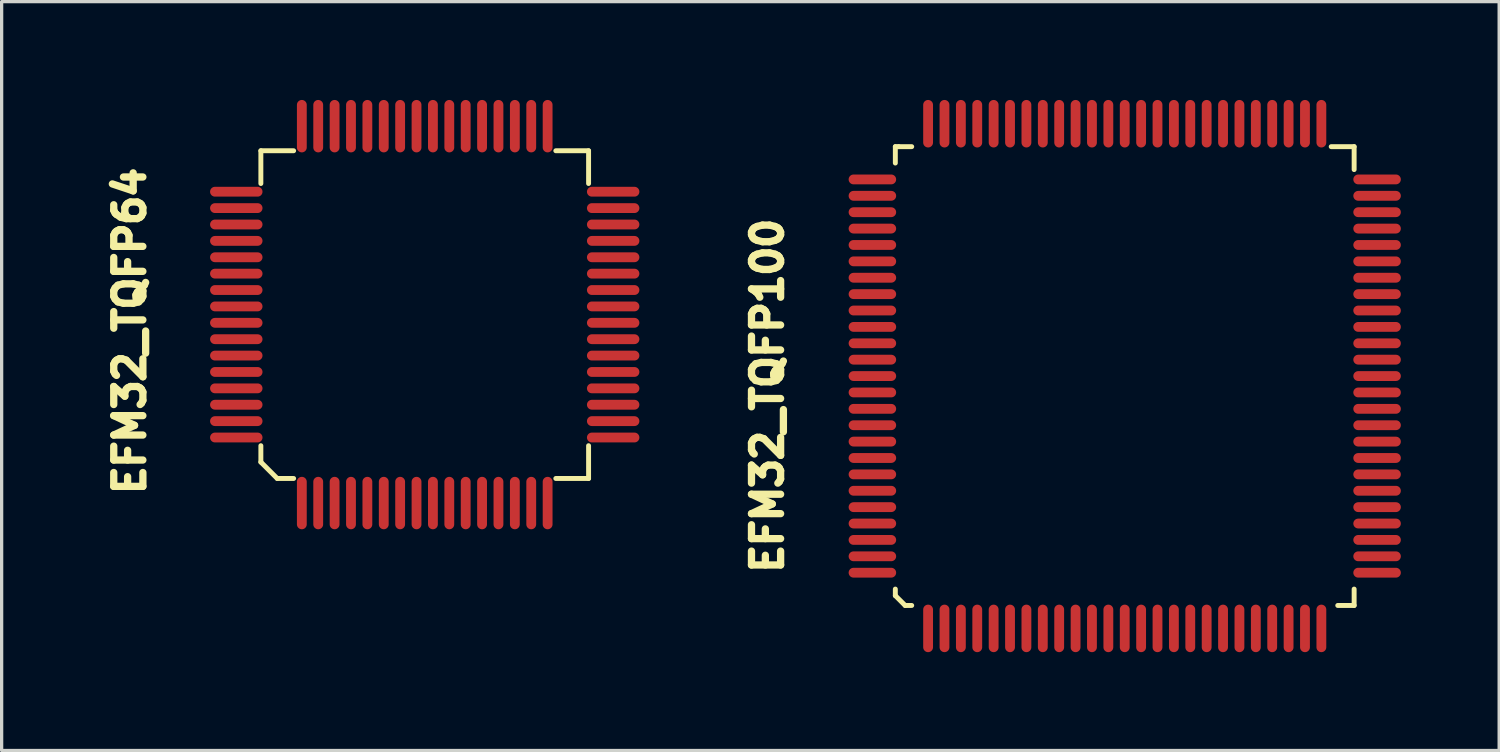
<source format=kicad_pcb>
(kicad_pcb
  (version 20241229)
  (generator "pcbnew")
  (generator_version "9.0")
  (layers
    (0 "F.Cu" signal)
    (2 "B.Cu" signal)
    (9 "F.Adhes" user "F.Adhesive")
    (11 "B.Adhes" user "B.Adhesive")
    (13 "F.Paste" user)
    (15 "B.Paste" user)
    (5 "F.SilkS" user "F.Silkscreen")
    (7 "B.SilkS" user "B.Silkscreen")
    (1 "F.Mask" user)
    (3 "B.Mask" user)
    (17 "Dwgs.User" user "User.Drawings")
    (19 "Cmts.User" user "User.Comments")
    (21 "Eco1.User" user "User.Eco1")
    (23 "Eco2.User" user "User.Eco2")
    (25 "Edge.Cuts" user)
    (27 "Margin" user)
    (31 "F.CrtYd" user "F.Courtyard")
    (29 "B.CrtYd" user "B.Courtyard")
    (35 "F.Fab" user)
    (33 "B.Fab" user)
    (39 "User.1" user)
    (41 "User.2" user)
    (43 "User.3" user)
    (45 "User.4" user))
  (footprint "EFM32_TQFP64"
    (layer "F.Cu")
    (at 9.91 6.55)
    (property "Reference" "EFM32_TQFP64" (at -9 0.5 270) (layer "F.SilkS") (effects (font (size 0.889 0.889) (thickness 0.305))))
    (attr through_hole)
    (fp_line (start -5 -5) (end -5 -4) (stroke (width 0.15) (type solid)) (layer "F.SilkS"))
    (fp_line (start -5 4) (end -5 4.5) (stroke (width 0.15) (type solid)) (layer "F.SilkS"))
    (fp_line (start -5 4.5) (end -4.5 5) (stroke (width 0.15) (type solid)) (layer "F.SilkS"))
    (fp_line (start -4.5 5) (end -4 5) (stroke (width 0.15) (type solid)) (layer "F.SilkS"))
    (fp_line (start -4 -5) (end -5 -5) (stroke (width 0.15) (type solid)) (layer "F.SilkS"))
    (fp_line (start 5 -5) (end 4 -5) (stroke (width 0.15) (type solid)) (layer "F.SilkS"))
    (fp_line (start 5 -4) (end 5 -5) (stroke (width 0.15) (type solid)) (layer "F.SilkS"))
    (fp_line (start 5 4) (end 5 5) (stroke (width 0.15) (type solid)) (layer "F.SilkS"))
    (fp_line (start 5 5) (end 4 5) (stroke (width 0.15) (type solid)) (layer "F.SilkS"))
    (pad "1" smd oval (at -3.75 5.75) (size 0.3 1.6) (layers "F.Cu" "F.Mask" "F.Paste"))
    (pad "2" smd oval (at -3.25 5.75) (size 0.3 1.6) (layers "F.Cu" "F.Mask" "F.Paste"))
    (pad "3" smd oval (at -2.75 5.75) (size 0.3 1.6) (layers "F.Cu" "F.Mask" "F.Paste"))
    (pad "4" smd oval (at -2.25 5.75) (size 0.3 1.6) (layers "F.Cu" "F.Mask" "F.Paste"))
    (pad "5" smd oval (at -1.75 5.75) (size 0.3 1.6) (layers "F.Cu" "F.Mask" "F.Paste"))
    (pad "6" smd oval (at -1.25 5.75) (size 0.3 1.6) (layers "F.Cu" "F.Mask" "F.Paste"))
    (pad "7" smd oval (at -0.75 5.75) (size 0.3 1.6) (layers "F.Cu" "F.Mask" "F.Paste"))
    (pad "8" smd oval (at -0.25 5.75) (size 0.3 1.6) (layers "F.Cu" "F.Mask" "F.Paste"))
    (pad "9" smd oval (at 0.25 5.75) (size 0.3 1.6) (layers "F.Cu" "F.Mask" "F.Paste"))
    (pad "10" smd oval (at 0.75 5.75) (size 0.3 1.6) (layers "F.Cu" "F.Mask" "F.Paste"))
    (pad "11" smd oval (at 1.25 5.75) (size 0.3 1.6) (layers "F.Cu" "F.Mask" "F.Paste"))
    (pad "12" smd oval (at 1.75 5.75) (size 0.3 1.6) (layers "F.Cu" "F.Mask" "F.Paste"))
    (pad "13" smd oval (at 2.25 5.75) (size 0.3 1.6) (layers "F.Cu" "F.Mask" "F.Paste"))
    (pad "14" smd oval (at 2.75 5.75) (size 0.3 1.6) (layers "F.Cu" "F.Mask" "F.Paste"))
    (pad "15" smd oval (at 3.25 5.75) (size 0.3 1.6) (layers "F.Cu" "F.Mask" "F.Paste"))
    (pad "16" smd oval (at 3.75 5.75) (size 0.3 1.6) (layers "F.Cu" "F.Mask" "F.Paste"))
    (pad "17" smd oval (at 5.75 3.75 270) (size 0.3 1.6) (layers "F.Cu" "F.Mask" "F.Paste"))
    (pad "18" smd oval (at 5.75 3.25 270) (size 0.3 1.6) (layers "F.Cu" "F.Mask" "F.Paste"))
    (pad "19" smd oval (at 5.75 2.75 270) (size 0.3 1.6) (layers "F.Cu" "F.Mask" "F.Paste"))
    (pad "20" smd oval (at 5.75 2.25 270) (size 0.3 1.6) (layers "F.Cu" "F.Mask" "F.Paste"))
    (pad "21" smd oval (at 5.75 1.75 270) (size 0.3 1.6) (layers "F.Cu" "F.Mask" "F.Paste"))
    (pad "22" smd oval (at 5.75 1.25 270) (size 0.3 1.6) (layers "F.Cu" "F.Mask" "F.Paste"))
    (pad "23" smd oval (at 5.75 0.75 270) (size 0.3 1.6) (layers "F.Cu" "F.Mask" "F.Paste"))
    (pad "24" smd oval (at 5.75 0.25 270) (size 0.3 1.6) (layers "F.Cu" "F.Mask" "F.Paste"))
    (pad "25" smd oval (at 5.75 -0.25 270) (size 0.3 1.6) (layers "F.Cu" "F.Mask" "F.Paste"))
    (pad "26" smd oval (at 5.75 -0.75 270) (size 0.3 1.6) (layers "F.Cu" "F.Mask" "F.Paste"))
    (pad "27" smd oval (at 5.75 -1.25 270) (size 0.3 1.6) (layers "F.Cu" "F.Mask" "F.Paste"))
    (pad "28" smd oval (at 5.75 -1.75 270) (size 0.3 1.6) (layers "F.Cu" "F.Mask" "F.Paste"))
    (pad "29" smd oval (at 5.75 -2.25 270) (size 0.3 1.6) (layers "F.Cu" "F.Mask" "F.Paste"))
    (pad "30" smd oval (at 5.75 -2.75 270) (size 0.3 1.6) (layers "F.Cu" "F.Mask" "F.Paste"))
    (pad "31" smd oval (at 5.75 -3.25 270) (size 0.3 1.6) (layers "F.Cu" "F.Mask" "F.Paste"))
    (pad "32" smd oval (at 5.75 -3.75 270) (size 0.3 1.6) (layers "F.Cu" "F.Mask" "F.Paste"))
    (pad "33" smd oval (at 3.75 -5.75 180) (size 0.3 1.6) (layers "F.Cu" "F.Mask" "F.Paste"))
    (pad "34" smd oval (at 3.25 -5.75 180) (size 0.3 1.6) (layers "F.Cu" "F.Mask" "F.Paste"))
    (pad "35" smd oval (at 2.75 -5.75 180) (size 0.3 1.6) (layers "F.Cu" "F.Mask" "F.Paste"))
    (pad "36" smd oval (at 2.25 -5.75 180) (size 0.3 1.6) (layers "F.Cu" "F.Mask" "F.Paste"))
    (pad "37" smd oval (at 1.75 -5.75 180) (size 0.3 1.6) (layers "F.Cu" "F.Mask" "F.Paste"))
    (pad "38" smd oval (at 1.25 -5.75 180) (size 0.3 1.6) (layers "F.Cu" "F.Mask" "F.Paste"))
    (pad "39" smd oval (at 0.75 -5.75 180) (size 0.3 1.6) (layers "F.Cu" "F.Mask" "F.Paste"))
    (pad "40" smd oval (at 0.25 -5.75 180) (size 0.3 1.6) (layers "F.Cu" "F.Mask" "F.Paste"))
    (pad "41" smd oval (at -0.25 -5.75 180) (size 0.3 1.6) (layers "F.Cu" "F.Mask" "F.Paste"))
    (pad "42" smd oval (at -0.75 -5.75 180) (size 0.3 1.6) (layers "F.Cu" "F.Mask" "F.Paste"))
    (pad "43" smd oval (at -1.25 -5.75 180) (size 0.3 1.6) (layers "F.Cu" "F.Mask" "F.Paste"))
    (pad "44" smd oval (at -1.75 -5.75 180) (size 0.3 1.6) (layers "F.Cu" "F.Mask" "F.Paste"))
    (pad "45" smd oval (at -2.25 -5.75 180) (size 0.3 1.6) (layers "F.Cu" "F.Mask" "F.Paste"))
    (pad "46" smd oval (at -2.75 -5.75 180) (size 0.3 1.6) (layers "F.Cu" "F.Mask" "F.Paste"))
    (pad "47" smd oval (at -3.25 -5.75 180) (size 0.3 1.6) (layers "F.Cu" "F.Mask" "F.Paste"))
    (pad "48" smd oval (at -3.75 -5.75 180) (size 0.3 1.6) (layers "F.Cu" "F.Mask" "F.Paste"))
    (pad "49" smd oval (at -5.75 -3.75 90) (size 0.3 1.6) (layers "F.Cu" "F.Mask" "F.Paste"))
    (pad "50" smd oval (at -5.75 -3.25 90) (size 0.3 1.6) (layers "F.Cu" "F.Mask" "F.Paste"))
    (pad "51" smd oval (at -5.75 -2.75 90) (size 0.3 1.6) (layers "F.Cu" "F.Mask" "F.Paste"))
    (pad "52" smd oval (at -5.75 -2.25 90) (size 0.3 1.6) (layers "F.Cu" "F.Mask" "F.Paste"))
    (pad "53" smd oval (at -5.75 -1.75 90) (size 0.3 1.6) (layers "F.Cu" "F.Mask" "F.Paste"))
    (pad "54" smd oval (at -5.75 -1.25 90) (size 0.3 1.6) (layers "F.Cu" "F.Mask" "F.Paste"))
    (pad "55" smd oval (at -5.75 -0.75 90) (size 0.3 1.6) (layers "F.Cu" "F.Mask" "F.Paste"))
    (pad "56" smd oval (at -5.75 -0.25 90) (size 0.3 1.6) (layers "F.Cu" "F.Mask" "F.Paste"))
    (pad "57" smd oval (at -5.75 0.25 90) (size 0.3 1.6) (layers "F.Cu" "F.Mask" "F.Paste"))
    (pad "58" smd oval (at -5.75 0.75 90) (size 0.3 1.6) (layers "F.Cu" "F.Mask" "F.Paste"))
    (pad "59" smd oval (at -5.75 1.25 90) (size 0.3 1.6) (layers "F.Cu" "F.Mask" "F.Paste"))
    (pad "60" smd oval (at -5.75 1.75 90) (size 0.3 1.6) (layers "F.Cu" "F.Mask" "F.Paste"))
    (pad "61" smd oval (at -5.75 2.25 90) (size 0.3 1.6) (layers "F.Cu" "F.Mask" "F.Paste"))
    (pad "62" smd oval (at -5.75 2.75 90) (size 0.3 1.6) (layers "F.Cu" "F.Mask" "F.Paste"))
    (pad "63" smd oval (at -5.75 3.25 90) (size 0.3 1.6) (layers "F.Cu" "F.Mask" "F.Paste"))
    (pad "64" smd oval (at -5.75 3.75 90) (size 0.3 1.6) (layers "F.Cu" "F.Mask" "F.Paste")))
  (footprint "EFM32_TQFP100"
    (layer "F.Cu")
    (at 31.27 8.425)
    (property "Reference" "EFM32_TQFP100" (at -10.9 0.6 270) (layer "F.SilkS") (effects (font (size 0.889 0.889) (thickness 0.305))))
    (attr through_hole)
    (fp_line (start -7 -7) (end -7 -6.5) (stroke (width 0.15) (type solid)) (layer "F.SilkS"))
    (fp_line (start -7 6.7) (end -7 6.5) (stroke (width 0.15) (type solid)) (layer "F.SilkS"))
    (fp_line (start -6.9 -7) (end -7 -7) (stroke (width 0.15) (type solid)) (layer "F.SilkS"))
    (fp_line (start -6.7 7) (end -7 6.7) (stroke (width 0.15) (type solid)) (layer "F.SilkS"))
    (fp_line (start -6.5 -7) (end -6.9 -7) (stroke (width 0.15) (type solid)) (layer "F.SilkS"))
    (fp_line (start -6.5 7) (end -6.7 7) (stroke (width 0.15) (type solid)) (layer "F.SilkS"))
    (fp_line (start 7 -7) (end 6.3 -7) (stroke (width 0.15) (type solid)) (layer "F.SilkS"))
    (fp_line (start 7 -6.3) (end 7 -7) (stroke (width 0.15) (type solid)) (layer "F.SilkS"))
    (fp_line (start 7 6.5) (end 7 7) (stroke (width 0.15) (type solid)) (layer "F.SilkS"))
    (fp_line (start 7 7) (end 6.5 7) (stroke (width 0.15) (type solid)) (layer "F.SilkS"))
    (pad "1" smd oval (at -6 7.7) (size 0.3 1.45) (layers "F.Cu" "F.Mask" "F.Paste"))
    (pad "2" smd oval (at -5.5 7.7) (size 0.3 1.45) (layers "F.Cu" "F.Mask" "F.Paste"))
    (pad "3" smd oval (at -5 7.7) (size 0.3 1.45) (layers "F.Cu" "F.Mask" "F.Paste"))
    (pad "4" smd oval (at -4.5 7.7) (size 0.3 1.45) (layers "F.Cu" "F.Mask" "F.Paste"))
    (pad "5" smd oval (at -4 7.7) (size 0.3 1.45) (layers "F.Cu" "F.Mask" "F.Paste"))
    (pad "6" smd oval (at -3.5 7.7) (size 0.3 1.45) (layers "F.Cu" "F.Mask" "F.Paste"))
    (pad "7" smd oval (at -3 7.7) (size 0.3 1.45) (layers "F.Cu" "F.Mask" "F.Paste"))
    (pad "8" smd oval (at -2.5 7.7) (size 0.3 1.45) (layers "F.Cu" "F.Mask" "F.Paste"))
    (pad "9" smd oval (at -2 7.7) (size 0.3 1.45) (layers "F.Cu" "F.Mask" "F.Paste"))
    (pad "10" smd oval (at -1.5 7.7) (size 0.3 1.45) (layers "F.Cu" "F.Mask" "F.Paste"))
    (pad "11" smd oval (at -1 7.7) (size 0.3 1.45) (layers "F.Cu" "F.Mask" "F.Paste"))
    (pad "12" smd oval (at -0.5 7.7) (size 0.3 1.45) (layers "F.Cu" "F.Mask" "F.Paste"))
    (pad "13" smd oval (at 0 7.7) (size 0.3 1.45) (layers "F.Cu" "F.Mask" "F.Paste"))
    (pad "14" smd oval (at 0.5 7.7) (size 0.3 1.45) (layers "F.Cu" "F.Mask" "F.Paste"))
    (pad "15" smd oval (at 1 7.7) (size 0.3 1.45) (layers "F.Cu" "F.Mask" "F.Paste"))
    (pad "16" smd oval (at 1.5 7.7) (size 0.3 1.45) (layers "F.Cu" "F.Mask" "F.Paste"))
    (pad "17" smd oval (at 2 7.7) (size 0.3 1.45) (layers "F.Cu" "F.Mask" "F.Paste"))
    (pad "18" smd oval (at 2.5 7.7) (size 0.3 1.45) (layers "F.Cu" "F.Mask" "F.Paste"))
    (pad "19" smd oval (at 3 7.7) (size 0.3 1.45) (layers "F.Cu" "F.Mask" "F.Paste"))
    (pad "20" smd oval (at 3.5 7.7) (size 0.3 1.45) (layers "F.Cu" "F.Mask" "F.Paste"))
    (pad "21" smd oval (at 4 7.7) (size 0.3 1.45) (layers "F.Cu" "F.Mask" "F.Paste"))
    (pad "22" smd oval (at 4.5 7.7) (size 0.3 1.45) (layers "F.Cu" "F.Mask" "F.Paste"))
    (pad "23" smd oval (at 5 7.7) (size 0.3 1.45) (layers "F.Cu" "F.Mask" "F.Paste"))
    (pad "24" smd oval (at 5.5 7.7) (size 0.3 1.45) (layers "F.Cu" "F.Mask" "F.Paste"))
    (pad "25" smd oval (at 6 7.7) (size 0.3 1.45) (layers "F.Cu" "F.Mask" "F.Paste"))
    (pad "26" smd oval (at 7.7 6 270) (size 0.3 1.45) (layers "F.Cu" "F.Mask" "F.Paste"))
    (pad "27" smd oval (at 7.7 5.5 270) (size 0.3 1.45) (layers "F.Cu" "F.Mask" "F.Paste"))
    (pad "28" smd oval (at 7.7 5 270) (size 0.3 1.45) (layers "F.Cu" "F.Mask" "F.Paste"))
    (pad "29" smd oval (at 7.7 4.5 270) (size 0.3 1.45) (layers "F.Cu" "F.Mask" "F.Paste"))
    (pad "30" smd oval (at 7.7 4 270) (size 0.3 1.45) (layers "F.Cu" "F.Mask" "F.Paste"))
    (pad "31" smd oval (at 7.7 3.5 270) (size 0.3 1.45) (layers "F.Cu" "F.Mask" "F.Paste"))
    (pad "32" smd oval (at 7.7 3 270) (size 0.3 1.45) (layers "F.Cu" "F.Mask" "F.Paste"))
    (pad "33" smd oval (at 7.7 2.5 270) (size 0.3 1.45) (layers "F.Cu" "F.Mask" "F.Paste"))
    (pad "34" smd oval (at 7.7 2 270) (size 0.3 1.45) (layers "F.Cu" "F.Mask" "F.Paste"))
    (pad "35" smd oval (at 7.7 1.5 270) (size 0.3 1.45) (layers "F.Cu" "F.Mask" "F.Paste"))
    (pad "36" smd oval (at 7.7 1 270) (size 0.3 1.45) (layers "F.Cu" "F.Mask" "F.Paste"))
    (pad "37" smd oval (at 7.7 0.5 270) (size 0.3 1.45) (layers "F.Cu" "F.Mask" "F.Paste"))
    (pad "38" smd oval (at 7.7 0 270) (size 0.3 1.45) (layers "F.Cu" "F.Mask" "F.Paste"))
    (pad "39" smd oval (at 7.7 -0.5 270) (size 0.3 1.45) (layers "F.Cu" "F.Mask" "F.Paste"))
    (pad "40" smd oval (at 7.7 -1 270) (size 0.3 1.45) (layers "F.Cu" "F.Mask" "F.Paste"))
    (pad "41" smd oval (at 7.7 -1.5 270) (size 0.3 1.45) (layers "F.Cu" "F.Mask" "F.Paste"))
    (pad "42" smd oval (at 7.7 -2 270) (size 0.3 1.45) (layers "F.Cu" "F.Mask" "F.Paste"))
    (pad "43" smd oval (at 7.7 -2.5 270) (size 0.3 1.45) (layers "F.Cu" "F.Mask" "F.Paste"))
    (pad "44" smd oval (at 7.7 -3 270) (size 0.3 1.45) (layers "F.Cu" "F.Mask" "F.Paste"))
    (pad "45" smd oval (at 7.7 -3.5 270) (size 0.3 1.45) (layers "F.Cu" "F.Mask" "F.Paste"))
    (pad "46" smd oval (at 7.7 -4 270) (size 0.3 1.45) (layers "F.Cu" "F.Mask" "F.Paste"))
    (pad "47" smd oval (at 7.7 -4.5 270) (size 0.3 1.45) (layers "F.Cu" "F.Mask" "F.Paste"))
    (pad "48" smd oval (at 7.7 -5 270) (size 0.3 1.45) (layers "F.Cu" "F.Mask" "F.Paste"))
    (pad "49" smd oval (at 7.7 -5.5 270) (size 0.3 1.45) (layers "F.Cu" "F.Mask" "F.Paste"))
    (pad "50" smd oval (at 7.7 -6 270) (size 0.3 1.45) (layers "F.Cu" "F.Mask" "F.Paste"))
    (pad "51" smd oval (at 6 -7.7 180) (size 0.3 1.45) (layers "F.Cu" "F.Mask" "F.Paste"))
    (pad "52" smd oval (at 5.5 -7.7 180) (size 0.3 1.45) (layers "F.Cu" "F.Mask" "F.Paste"))
    (pad "53" smd oval (at 5 -7.7 180) (size 0.3 1.45) (layers "F.Cu" "F.Mask" "F.Paste"))
    (pad "54" smd oval (at 4.5 -7.7 180) (size 0.3 1.45) (layers "F.Cu" "F.Mask" "F.Paste"))
    (pad "55" smd oval (at 4 -7.7 180) (size 0.3 1.45) (layers "F.Cu" "F.Mask" "F.Paste"))
    (pad "56" smd oval (at 3.5 -7.7 180) (size 0.3 1.45) (layers "F.Cu" "F.Mask" "F.Paste"))
    (pad "57" smd oval (at 3 -7.7 180) (size 0.3 1.45) (layers "F.Cu" "F.Mask" "F.Paste"))
    (pad "58" smd oval (at 2.5 -7.7 180) (size 0.3 1.45) (layers "F.Cu" "F.Mask" "F.Paste"))
    (pad "59" smd oval (at 2 -7.7 180) (size 0.3 1.45) (layers "F.Cu" "F.Mask" "F.Paste"))
    (pad "60" smd oval (at 1.5 -7.7 180) (size 0.3 1.45) (layers "F.Cu" "F.Mask" "F.Paste"))
    (pad "61" smd oval (at 1 -7.7 180) (size 0.3 1.45) (layers "F.Cu" "F.Mask" "F.Paste"))
    (pad "62" smd oval (at 0.5 -7.7 180) (size 0.3 1.45) (layers "F.Cu" "F.Mask" "F.Paste"))
    (pad "63" smd oval (at 0 -7.7 180) (size 0.3 1.45) (layers "F.Cu" "F.Mask" "F.Paste"))
    (pad "64" smd oval (at -0.5 -7.7 180) (size 0.3 1.45) (layers "F.Cu" "F.Mask" "F.Paste"))
    (pad "65" smd oval (at -1 -7.7 180) (size 0.3 1.45) (layers "F.Cu" "F.Mask" "F.Paste"))
    (pad "66" smd oval (at -1.5 -7.7 180) (size 0.3 1.45) (layers "F.Cu" "F.Mask" "F.Paste"))
    (pad "67" smd oval (at -2 -7.7 180) (size 0.3 1.45) (layers "F.Cu" "F.Mask" "F.Paste"))
    (pad "68" smd oval (at -2.5 -7.7 180) (size 0.3 1.45) (layers "F.Cu" "F.Mask" "F.Paste"))
    (pad "69" smd oval (at -3 -7.7 180) (size 0.3 1.45) (layers "F.Cu" "F.Mask" "F.Paste"))
    (pad "70" smd oval (at -3.5 -7.7 180) (size 0.3 1.45) (layers "F.Cu" "F.Mask" "F.Paste"))
    (pad "71" smd oval (at -4 -7.7 180) (size 0.3 1.45) (layers "F.Cu" "F.Mask" "F.Paste"))
    (pad "72" smd oval (at -4.5 -7.7 180) (size 0.3 1.45) (layers "F.Cu" "F.Mask" "F.Paste"))
    (pad "73" smd oval (at -5 -7.7 180) (size 0.3 1.45) (layers "F.Cu" "F.Mask" "F.Paste"))
    (pad "74" smd oval (at -5.5 -7.7 180) (size 0.3 1.45) (layers "F.Cu" "F.Mask" "F.Paste"))
    (pad "75" smd oval (at -6 -7.7 180) (size 0.3 1.45) (layers "F.Cu" "F.Mask" "F.Paste"))
    (pad "76" smd oval (at -7.7 -6 90) (size 0.3 1.45) (layers "F.Cu" "F.Mask" "F.Paste"))
    (pad "77" smd oval (at -7.7 -5.5 90) (size 0.3 1.45) (layers "F.Cu" "F.Mask" "F.Paste"))
    (pad "78" smd oval (at -7.7 -5 90) (size 0.3 1.45) (layers "F.Cu" "F.Mask" "F.Paste"))
    (pad "79" smd oval (at -7.7 -4.5 90) (size 0.3 1.45) (layers "F.Cu" "F.Mask" "F.Paste"))
    (pad "80" smd oval (at -7.7 -4 90) (size 0.3 1.45) (layers "F.Cu" "F.Mask" "F.Paste"))
    (pad "81" smd oval (at -7.7 -3.5 90) (size 0.3 1.45) (layers "F.Cu" "F.Mask" "F.Paste"))
    (pad "82" smd oval (at -7.7 -3 90) (size 0.3 1.45) (layers "F.Cu" "F.Mask" "F.Paste"))
    (pad "83" smd oval (at -7.7 -2.5 90) (size 0.3 1.45) (layers "F.Cu" "F.Mask" "F.Paste"))
    (pad "84" smd oval (at -7.7 -2 90) (size 0.3 1.45) (layers "F.Cu" "F.Mask" "F.Paste"))
    (pad "85" smd oval (at -7.7 -1.5 90) (size 0.3 1.45) (layers "F.Cu" "F.Mask" "F.Paste"))
    (pad "86" smd oval (at -7.7 -1 90) (size 0.3 1.45) (layers "F.Cu" "F.Mask" "F.Paste"))
    (pad "87" smd oval (at -7.7 -0.5 90) (size 0.3 1.45) (layers "F.Cu" "F.Mask" "F.Paste"))
    (pad "88" smd oval (at -7.7 0 90) (size 0.3 1.45) (layers "F.Cu" "F.Mask" "F.Paste"))
    (pad "89" smd oval (at -7.7 0.5 90) (size 0.3 1.45) (layers "F.Cu" "F.Mask" "F.Paste"))
    (pad "90" smd oval (at -7.7 1 90) (size 0.3 1.45) (layers "F.Cu" "F.Mask" "F.Paste"))
    (pad "91" smd oval (at -7.7 1.5 90) (size 0.3 1.45) (layers "F.Cu" "F.Mask" "F.Paste"))
    (pad "92" smd oval (at -7.7 2 90) (size 0.3 1.45) (layers "F.Cu" "F.Mask" "F.Paste"))
    (pad "93" smd oval (at -7.7 2.5 90) (size 0.3 1.45) (layers "F.Cu" "F.Mask" "F.Paste"))
    (pad "94" smd oval (at -7.7 3 90) (size 0.3 1.45) (layers "F.Cu" "F.Mask" "F.Paste"))
    (pad "95" smd oval (at -7.7 3.5 90) (size 0.3 1.45) (layers "F.Cu" "F.Mask" "F.Paste"))
    (pad "96" smd oval (at -7.7 4 90) (size 0.3 1.45) (layers "F.Cu" "F.Mask" "F.Paste"))
    (pad "97" smd oval (at -7.7 4.5 90) (size 0.3 1.45) (layers "F.Cu" "F.Mask" "F.Paste"))
    (pad "98" smd oval (at -7.7 5 90) (size 0.3 1.45) (layers "F.Cu" "F.Mask" "F.Paste"))
    (pad "99" smd oval (at -7.7 5.5 90) (size 0.3 1.45) (layers "F.Cu" "F.Mask" "F.Paste"))
    (pad "100" smd oval (at -7.7 6 90) (size 0.3 1.45) (layers "F.Cu" "F.Mask" "F.Paste")))
  (gr_rect
    (start -3 -3)
    (end 42.695 19.85)
    (stroke (width 0.1) (type default))
    (fill no)
    (layer "Edge.Cuts")))
</source>
